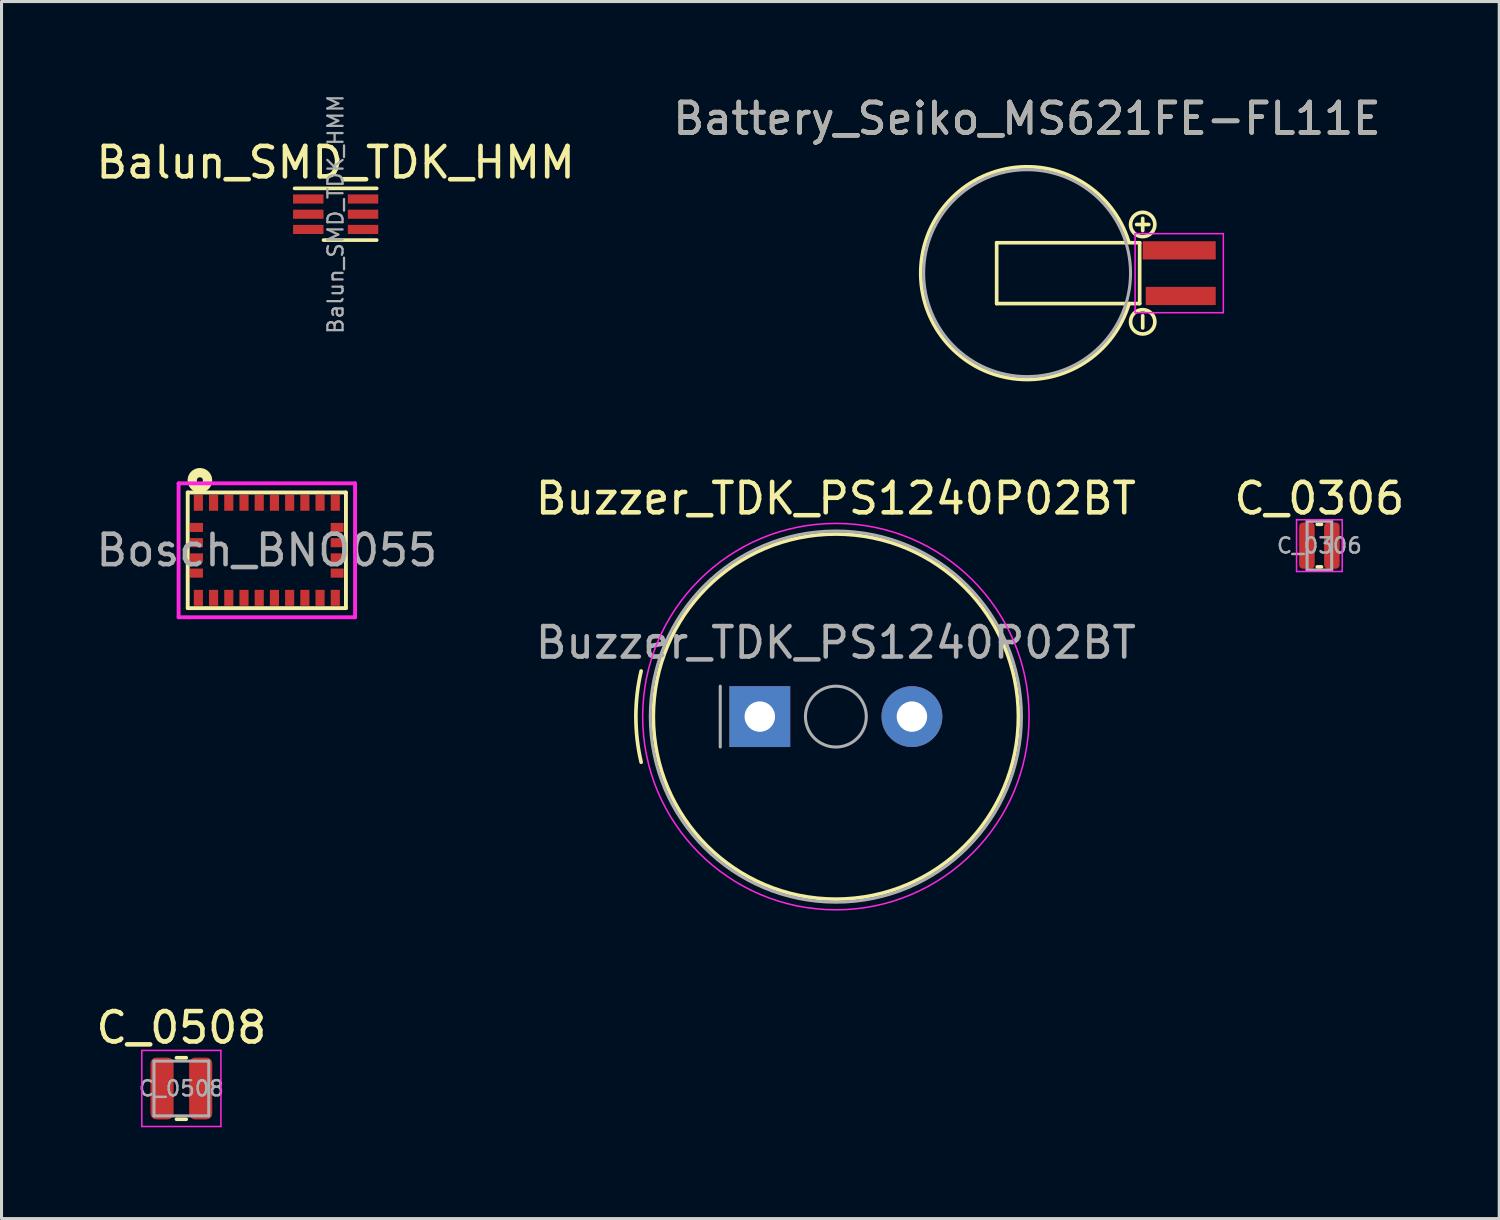
<source format=kicad_pcb>
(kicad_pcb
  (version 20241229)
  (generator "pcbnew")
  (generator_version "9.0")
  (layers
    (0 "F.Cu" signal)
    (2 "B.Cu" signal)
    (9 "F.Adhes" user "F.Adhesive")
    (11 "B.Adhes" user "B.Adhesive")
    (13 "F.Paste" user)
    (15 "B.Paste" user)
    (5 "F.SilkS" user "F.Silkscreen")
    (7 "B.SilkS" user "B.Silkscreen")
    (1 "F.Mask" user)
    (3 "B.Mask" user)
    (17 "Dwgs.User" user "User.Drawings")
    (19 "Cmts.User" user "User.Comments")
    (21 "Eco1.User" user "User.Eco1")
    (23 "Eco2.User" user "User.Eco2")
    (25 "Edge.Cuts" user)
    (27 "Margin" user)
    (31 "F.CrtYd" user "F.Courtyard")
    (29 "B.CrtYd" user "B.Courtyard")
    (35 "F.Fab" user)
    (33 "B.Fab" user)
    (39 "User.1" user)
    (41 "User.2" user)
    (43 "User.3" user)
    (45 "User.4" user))
  (footprint "Bosch_BNO055"
    (layer "F.Cu")
    (at 5.72 15.037)
    (property "Reference" "Bosch_BNO055" (at 0 0 0) (layer "F.Fab") (effects (font (size 1 1) (thickness 0.15))))
    (attr smd)
    (fp_line (start -2.6 -1.9) (end -2.6 1.9) (stroke (width 0.127) (type solid)) (layer "F.SilkS"))
    (fp_line (start -2.6 1.9) (end 2.6 1.9) (stroke (width 0.127) (type solid)) (layer "F.SilkS"))
    (fp_line (start 2.6 -1.9) (end -2.6 -1.9) (stroke (width 0.127) (type solid)) (layer "F.SilkS"))
    (fp_line (start 2.6 1.9) (end 2.6 -1.9) (stroke (width 0.127) (type solid)) (layer "F.SilkS"))
    (fp_circle (center -2.2 -2.3) (end -2.1 -2.3) (stroke (width 0.305) (type solid)) (fill no) (layer "F.SilkS"))
    (fp_line (start -2.9 -2.2) (end 2.9 -2.2) (stroke (width 0.127) (type solid)) (layer "F.CrtYd"))
    (fp_line (start -2.9 2.2) (end -2.9 -2.2) (stroke (width 0.127) (type solid)) (layer "F.CrtYd"))
    (fp_line (start 2.9 -2.2) (end 2.9 2.2) (stroke (width 0.127) (type solid)) (layer "F.CrtYd"))
    (fp_line (start 2.9 2.2) (end -2.9 2.2) (stroke (width 0.127) (type solid)) (layer "F.CrtYd"))
    (pad "1" smd rect (at -2.25 -1.562 180) (size 0.3 0.525) (layers "F.Cu" "F.Mask" "F.Paste"))
    (pad "2" smd rect (at -2.312 -0.75 270) (size 0.3 0.425) (layers "F.Cu" "F.Mask" "F.Paste"))
    (pad "3" smd rect (at -2.312 -0.25 270) (size 0.3 0.425) (layers "F.Cu" "F.Mask" "F.Paste"))
    (pad "4" smd rect (at -2.312 0.25 270) (size 0.3 0.425) (layers "F.Cu" "F.Mask" "F.Paste"))
    (pad "5" smd rect (at -2.312 0.75 270) (size 0.3 0.425) (layers "F.Cu" "F.Mask" "F.Paste"))
    (pad "6" smd rect (at -2.25 1.562 180) (size 0.3 0.525) (layers "F.Cu" "F.Mask" "F.Paste"))
    (pad "7" smd rect (at -1.75 1.562 180) (size 0.3 0.525) (layers "F.Cu" "F.Mask" "F.Paste"))
    (pad "8" smd rect (at -1.25 1.562 180) (size 0.3 0.525) (layers "F.Cu" "F.Mask" "F.Paste"))
    (pad "9" smd rect (at -0.75 1.562 180) (size 0.3 0.525) (layers "F.Cu" "F.Mask" "F.Paste"))
    (pad "10" smd rect (at -0.25 1.562 180) (size 0.3 0.525) (layers "F.Cu" "F.Mask" "F.Paste"))
    (pad "11" smd rect (at 0.25 1.562 180) (size 0.3 0.525) (layers "F.Cu" "F.Mask" "F.Paste"))
    (pad "12" smd rect (at 0.75 1.562 180) (size 0.3 0.525) (layers "F.Cu" "F.Mask" "F.Paste"))
    (pad "13" smd rect (at 1.25 1.562 180) (size 0.3 0.525) (layers "F.Cu" "F.Mask" "F.Paste"))
    (pad "14" smd rect (at 1.75 1.562 180) (size 0.3 0.525) (layers "F.Cu" "F.Mask" "F.Paste"))
    (pad "15" smd rect (at 2.25 1.562 180) (size 0.3 0.525) (layers "F.Cu" "F.Mask" "F.Paste"))
    (pad "16" smd rect (at 2.312 0.75 270) (size 0.3 0.425) (layers "F.Cu" "F.Mask" "F.Paste"))
    (pad "17" smd rect (at 2.312 0.25 270) (size 0.3 0.425) (layers "F.Cu" "F.Mask" "F.Paste"))
    (pad "18" smd rect (at 2.312 -0.25 270) (size 0.3 0.425) (layers "F.Cu" "F.Mask" "F.Paste"))
    (pad "19" smd rect (at 2.312 -0.75 270) (size 0.3 0.425) (layers "F.Cu" "F.Mask" "F.Paste"))
    (pad "20" smd rect (at 2.25 -1.562 180) (size 0.3 0.525) (layers "F.Cu" "F.Mask" "F.Paste"))
    (pad "21" smd rect (at 1.75 -1.562 180) (size 0.3 0.525) (layers "F.Cu" "F.Mask" "F.Paste"))
    (pad "22" smd rect (at 1.25 -1.562 180) (size 0.3 0.525) (layers "F.Cu" "F.Mask" "F.Paste"))
    (pad "23" smd rect (at 0.75 -1.562 180) (size 0.3 0.525) (layers "F.Cu" "F.Mask" "F.Paste"))
    (pad "24" smd rect (at 0.25 -1.562 180) (size 0.3 0.525) (layers "F.Cu" "F.Mask" "F.Paste"))
    (pad "25" smd rect (at -0.25 -1.562 180) (size 0.3 0.525) (layers "F.Cu" "F.Mask" "F.Paste"))
    (pad "26" smd rect (at -0.75 -1.562 180) (size 0.3 0.525) (layers "F.Cu" "F.Mask" "F.Paste"))
    (pad "27" smd rect (at -1.25 -1.562 180) (size 0.3 0.525) (layers "F.Cu" "F.Mask" "F.Paste"))
    (pad "28" smd rect (at -1.75 -1.562 180) (size 0.3 0.525) (layers "F.Cu" "F.Mask" "F.Paste")))
  (footprint "Battery_Seiko_MS621FE-FL11E"
    (layer "F.Cu")
    (at 35.708 5.928)
    (property "Reference" "Battery_Seiko_MS621FE-FL11E" (at -5 -5.08 0) (layer "F.SilkS") (effects (font (size 1 1) (thickness 0.15))))
    (attr smd)
    (fp_line (start -6 -1) (end -6 1) (stroke (width 0.12) (type solid)) (layer "F.SilkS"))
    (fp_line (start -6 1) (end -1.3 1) (stroke (width 0.12) (type solid)) (layer "F.SilkS"))
    (fp_line (start -1.3 -1) (end -6 -1) (stroke (width 0.12) (type solid)) (layer "F.SilkS"))
    (fp_line (start -1.3 -1) (end -1.3 1) (stroke (width 0.12) (type solid)) (layer "F.SilkS"))
    (fp_line (start -1.2 -1.4) (end -1.2 -1.8) (stroke (width 0.12) (type solid)) (layer "F.SilkS"))
    (fp_line (start -1.2 1.4) (end -1.2 1.8) (stroke (width 0.12) (type solid)) (layer "F.SilkS"))
    (fp_line (start -1 -1.6) (end -1.4 -1.6) (stroke (width 0.12) (type solid)) (layer "F.SilkS"))
    (fp_arc (start -1.65 1) (mid -8.495993 0.023141) (end -1.663531 -1.044259) (stroke (width 0.12) (type solid)) (layer "F.SilkS"))
    (fp_circle (center -1.2 -1.6) (end -0.8 -1.6) (stroke (width 0.12) (type solid)) (fill no) (layer "F.SilkS"))
    (fp_circle (center -1.2 1.6) (end -0.8 1.6) (stroke (width 0.12) (type solid)) (fill no) (layer "F.SilkS"))
    (fp_line (start -1.45 -1.3) (end -1.45 1.3) (stroke (width 0.05) (type solid)) (layer "F.CrtYd"))
    (fp_line (start -1.45 -1.3) (end 1.45 -1.3) (stroke (width 0.05) (type solid)) (layer "F.CrtYd"))
    (fp_line (start 1.45 1.3) (end -1.45 1.3) (stroke (width 0.05) (type solid)) (layer "F.CrtYd"))
    (fp_line (start 1.45 1.3) (end 1.45 -1.3) (stroke (width 0.05) (type solid)) (layer "F.CrtYd"))
    (fp_circle (center -5 0) (end -1.6 0) (stroke (width 0.1) (type solid)) (fill no) (layer "F.Fab"))
    (fp_text user "${REFERENCE}" (at -5 -5.08 0) (layer "F.Fab") (effects (font (size 1 1) (thickness 0.15))))
    (pad "1" smd rect (at 0 -0.75) (size 2.4 0.6) (layers "F.Cu" "F.Mask" "F.Paste"))
    (pad "2" smd rect (at 0.05 0.75) (size 2.3 0.6) (layers "F.Cu" "F.Mask" "F.Paste")))
  (footprint "Balun_SMD_TDK_HMM"
    (layer "F.Cu")
    (at 7.982 3.991)
    (property "Reference" "Balun_SMD_TDK_HMM" (at 0 -1.7 0) (layer "F.SilkS") (effects (font (size 1 1) (thickness 0.15))))
    (attr smd)
    (fp_line (start -1.35 -0.85) (end 1.35 -0.85) (stroke (width 0.12) (type solid)) (layer "F.SilkS"))
    (fp_line (start 1.35 0.85) (end -0.4 0.85) (stroke (width 0.12) (type solid)) (layer "F.SilkS"))
    (fp_text user "${REFERENCE}" (at 0 0 90) (layer "F.Fab") (effects (font (size 0.5 0.5) (thickness 0.075))))
    (pad "1" smd rect (at -0.9 -0.5 270) (size 0.3 1) (layers "F.Cu" "F.Mask" "F.Paste"))
    (pad "2" smd rect (at -0.9 0 270) (size 0.3 1) (layers "F.Cu" "F.Mask" "F.Paste"))
    (pad "3" smd rect (at -0.9 0.5 270) (size 0.3 1) (layers "F.Cu" "F.Mask" "F.Paste"))
    (pad "4" smd rect (at 0.9 0.5 270) (size 0.3 1) (layers "F.Cu" "F.Mask" "F.Paste"))
    (pad "5" smd rect (at 0.9 0 270) (size 0.3 1) (layers "F.Cu" "F.Mask" "F.Paste"))
    (pad "6" smd rect (at 0.9 -0.5 270) (size 0.3 1) (layers "F.Cu" "F.Mask" "F.Paste")))
  (footprint "C_0306"
    (layer "F.Cu")
    (at 40.315 14.883)
    (property "Reference" "C_0306" (at 0 -1.55 0) (layer "F.SilkS") (effects (font (size 1 1) (thickness 0.15))))
    (attr smd)
    (fp_line (start -0.07 -0.7) (end 0.07 -0.7) (stroke (width 0.12) (type solid)) (layer "F.SilkS"))
    (fp_line (start -0.07 0.7) (end 0.07 0.7) (stroke (width 0.12) (type solid)) (layer "F.SilkS"))
    (fp_line (start -0.75 -0.85) (end 0.75 -0.85) (stroke (width 0.05) (type solid)) (layer "F.CrtYd"))
    (fp_line (start -0.75 0.85) (end -0.75 -0.85) (stroke (width 0.05) (type solid)) (layer "F.CrtYd"))
    (fp_line (start 0.75 -0.85) (end 0.75 0.85) (stroke (width 0.05) (type solid)) (layer "F.CrtYd"))
    (fp_line (start 0.75 0.85) (end -0.75 0.85) (stroke (width 0.05) (type solid)) (layer "F.CrtYd"))
    (fp_line (start -0.405 -0.8) (end 0.405 -0.8) (stroke (width 0.1) (type solid)) (layer "F.Fab"))
    (fp_line (start -0.405 0.8) (end -0.405 -0.8) (stroke (width 0.1) (type solid)) (layer "F.Fab"))
    (fp_line (start 0.405 -0.8) (end 0.405 0.8) (stroke (width 0.1) (type solid)) (layer "F.Fab"))
    (fp_line (start 0.405 0.8) (end -0.405 0.8) (stroke (width 0.1) (type solid)) (layer "F.Fab"))
    (fp_text user "${REFERENCE}" (at 0 0 0) (layer "F.Fab") (effects (font (size 0.5 0.5) (thickness 0.08))))
    (pad "1" smd roundrect (at -0.41 0) (size 0.51 1.52) (layers "F.Cu" "F.Mask" "F.Paste") (roundrect_rratio 0.25))
    (pad "2" smd roundrect (at 0.41 0) (size 0.51 1.52) (layers "F.Cu" "F.Mask" "F.Paste") (roundrect_rratio 0.25)))
  (footprint "Buzzer_TDK_PS1240P02BT"
    (layer "F.Cu")
    (at 21.923 20.503)
    (property "Reference" "Buzzer_TDK_PS1240P02BT" (at 2.5 -7.17 0) (layer "F.SilkS") (effects (font (size 1 1) (thickness 0.15))))
    (attr through_hole)
    (fp_arc (start -3.9 1.499999) (mid -4.073431 0) (end -3.9 -1.5) (stroke (width 0.12) (type solid)) (layer "F.SilkS"))
    (fp_circle (center 2.5 0) (end 8.5 0) (stroke (width 0.12) (type solid)) (fill no) (layer "F.SilkS"))
    (fp_circle (center 2.5 0) (end 8.85 0) (stroke (width 0.05) (type solid)) (fill no) (layer "F.CrtYd"))
    (fp_line (start -1.3 -1) (end -1.3 1) (stroke (width 0.1) (type solid)) (layer "F.Fab"))
    (fp_circle (center 2.5 0) (end 3.5 0) (stroke (width 0.1) (type solid)) (fill no) (layer "F.Fab"))
    (fp_circle (center 2.5 0) (end 8.6 0) (stroke (width 0.1) (type solid)) (fill no) (layer "F.Fab"))
    (fp_text user "${REFERENCE}" (at 2.5 -2.43 0) (layer "F.Fab") (effects (font (size 1 1) (thickness 0.15))))
    (pad "1" thru_hole rect (at 0 0) (size 2 2) (drill 1) (layers "*.Cu" "*.Mask"))
    (pad "2" thru_hole circle (at 5 0) (size 2 2) (drill 1) (layers "*.Cu" "*.Mask")))
  (footprint "C_0508"
    (layer "F.Cu")
    (at 2.911 32.726)
    (property "Reference" "C_0508" (at 0 -2 0) (layer "F.SilkS") (effects (font (size 1 1) (thickness 0.15))))
    (attr smd)
    (fp_line (start -0.16 -1.01) (end 0.16 -1.01) (stroke (width 0.12) (type solid)) (layer "F.SilkS"))
    (fp_line (start -0.16 1.01) (end 0.16 1.01) (stroke (width 0.12) (type solid)) (layer "F.SilkS"))
    (fp_line (start -1.3 -1.25) (end 1.3 -1.25) (stroke (width 0.05) (type solid)) (layer "F.CrtYd"))
    (fp_line (start -1.3 1.25) (end -1.3 -1.25) (stroke (width 0.05) (type solid)) (layer "F.CrtYd"))
    (fp_line (start 1.3 -1.25) (end 1.3 1.25) (stroke (width 0.05) (type solid)) (layer "F.CrtYd"))
    (fp_line (start 1.3 1.25) (end -1.3 1.25) (stroke (width 0.05) (type solid)) (layer "F.CrtYd"))
    (fp_line (start -0.9 -0.9) (end 0.9 -0.9) (stroke (width 0.1) (type solid)) (layer "F.Fab"))
    (fp_line (start -0.9 0.9) (end -0.9 -0.9) (stroke (width 0.1) (type solid)) (layer "F.Fab"))
    (fp_line (start 0.9 -0.9) (end 0.9 0.9) (stroke (width 0.1) (type solid)) (layer "F.Fab"))
    (fp_line (start 0.9 0.9) (end -0.9 0.9) (stroke (width 0.1) (type solid)) (layer "F.Fab"))
    (fp_text user "${REFERENCE}" (at 0 0 0) (layer "F.Fab") (effects (font (size 0.5 0.5) (thickness 0.08))))
    (pad "1" smd roundrect (at -0.635 0) (size 0.76 2.03) (layers "F.Cu" "F.Mask" "F.Paste") (roundrect_rratio 0.25))
    (pad "2" smd roundrect (at 0.635 0) (size 0.76 2.03) (layers "F.Cu" "F.Mask" "F.Paste") (roundrect_rratio 0.25)))
  (gr_rect
    (start -3 -3)
    (end 46.226 37.001)
    (stroke (width 0.1) (type default))
    (fill no)
    (layer "Edge.Cuts")))
</source>
